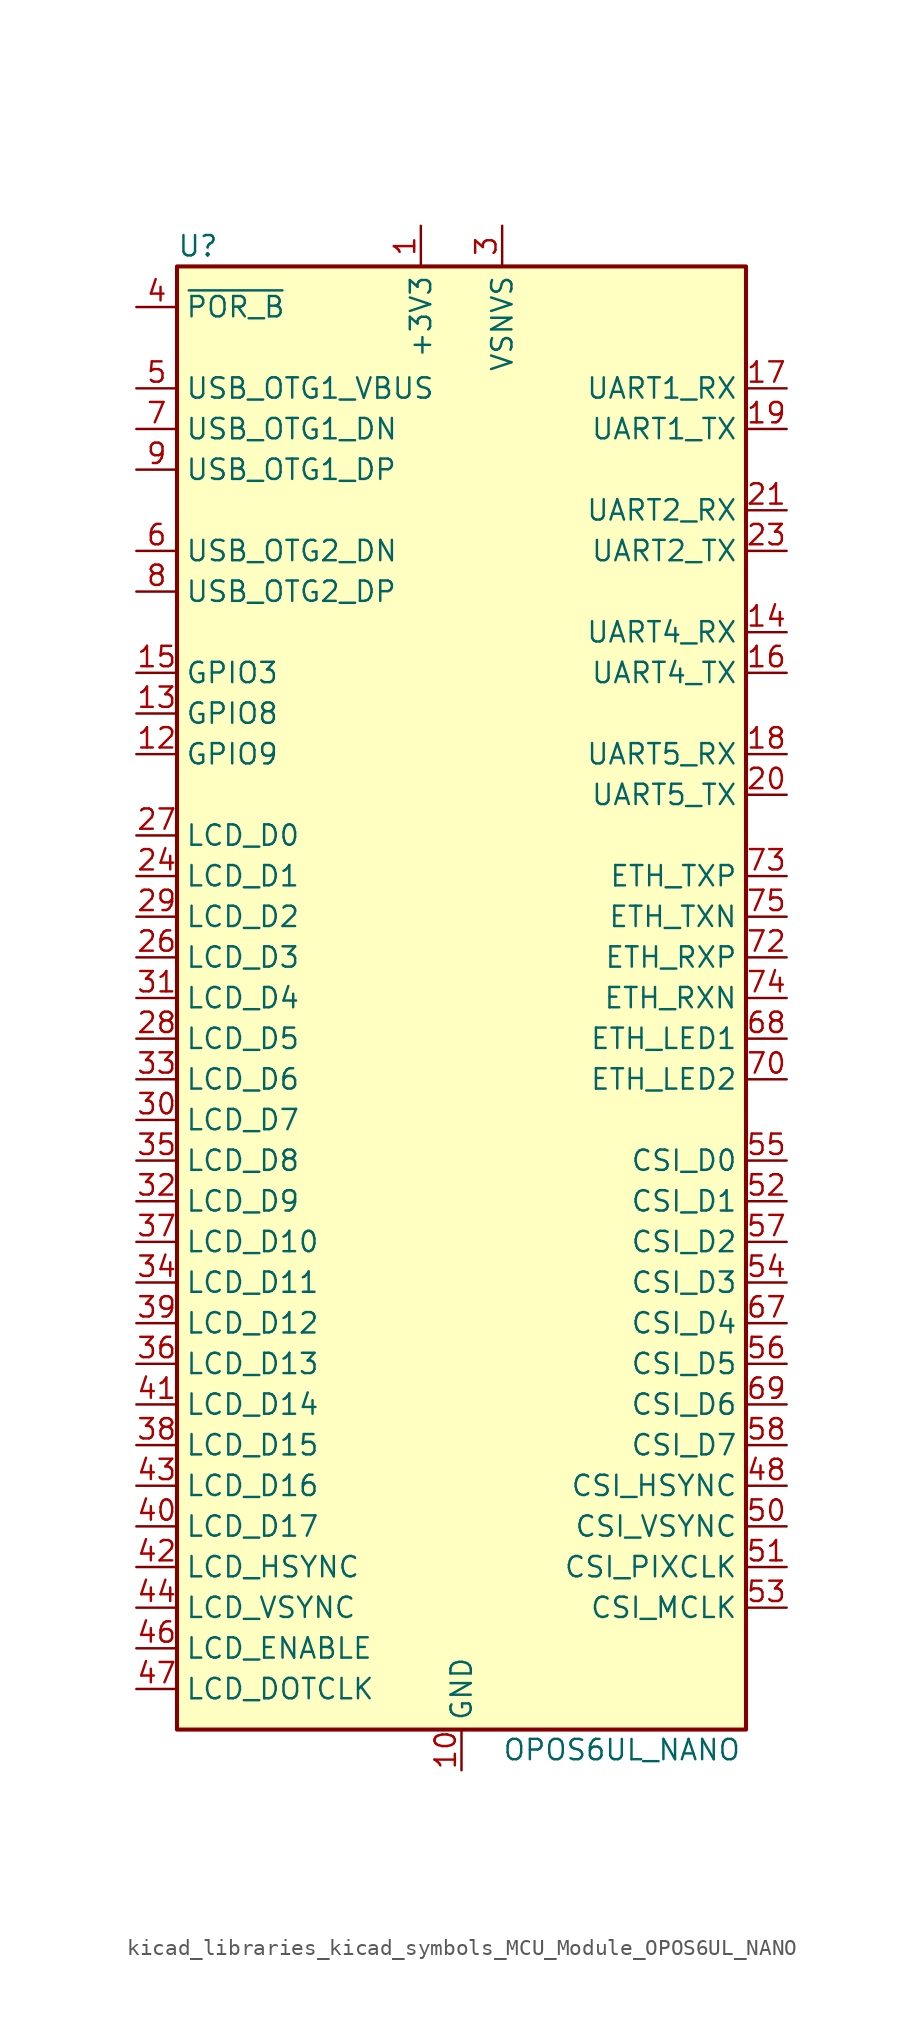
<source format=kicad_sym>
(kicad_symbol_lib
  (version 20220914)
  (generator kicad_symbol_editor)
  (symbol "kicad_libraries_kicad_symbols_MCU_Module_OPOS6UL_NANO"
    (property "Reference" "U"
      (at -17.78 46.99 0)
      (effects (font (size 1.27 1.27)) (justify left)))
    (property "Value" "OPOS6UL_NANO"
      (at 2.54 -46.99 0)
      (effects (font (size 1.27 1.27)) (justify left)))
    (symbol "kicad_libraries_kicad_symbols_MCU_Module_OPOS6UL_NANO_0_1"
      (rectangle (start -17.78 45.72) (end 17.78 -45.72) (stroke (width 0.254) (type default)) (fill (type background))))
    (symbol "kicad_libraries_kicad_symbols_MCU_Module_OPOS6UL_NANO_1_1"
      (pin power_in line (at -2.54 48.26 270) (length 2.54) (name "+3V3" (effects (font (size 1.27 1.27)))) (number "1" (effects (font (size 1.27 1.27)))))
      (pin power_in line (at 0 -48.26 90) (length 2.54) (name "GND" (effects (font (size 1.27 1.27)))) (number "10" (effects (font (size 1.27 1.27)))))
      (pin passive line (at 0 -48.26 90) (length 2.54) hide (name "GND" (effects (font (size 1.27 1.27)))) (number "11" (effects (font (size 1.27 1.27)))))
      (pin bidirectional line (at -20.32 15.24 0) (length 2.54) (name "GPIO9" (effects (font (size 1.27 1.27)))) (number "12" (effects (font (size 1.27 1.27)))))
      (pin bidirectional line (at -20.32 17.78 0) (length 2.54) (name "GPIO8" (effects (font (size 1.27 1.27)))) (number "13" (effects (font (size 1.27 1.27)))))
      (pin bidirectional line (at 20.32 22.86 180) (length 2.54) (name "UART4_RX" (effects (font (size 1.27 1.27)))) (number "14" (effects (font (size 1.27 1.27)))))
      (pin bidirectional line (at -20.32 20.32 0) (length 2.54) (name "GPIO3" (effects (font (size 1.27 1.27)))) (number "15" (effects (font (size 1.27 1.27)))))
      (pin bidirectional line (at 20.32 20.32 180) (length 2.54) (name "UART4_TX" (effects (font (size 1.27 1.27)))) (number "16" (effects (font (size 1.27 1.27)))))
      (pin bidirectional line (at 20.32 38.1 180) (length 2.54) (name "UART1_RX" (effects (font (size 1.27 1.27)))) (number "17" (effects (font (size 1.27 1.27)))))
      (pin bidirectional line (at 20.32 15.24 180) (length 2.54) (name "UART5_RX" (effects (font (size 1.27 1.27)))) (number "18" (effects (font (size 1.27 1.27)))))
      (pin bidirectional line (at 20.32 35.56 180) (length 2.54) (name "UART1_TX" (effects (font (size 1.27 1.27)))) (number "19" (effects (font (size 1.27 1.27)))))
      (pin passive line (at -2.54 48.26 270) (length 2.54) hide (name "+3V3" (effects (font (size 1.27 1.27)))) (number "2" (effects (font (size 1.27 1.27)))))
      (pin bidirectional line (at 20.32 12.7 180) (length 2.54) (name "UART5_TX" (effects (font (size 1.27 1.27)))) (number "20" (effects (font (size 1.27 1.27)))))
      (pin bidirectional line (at 20.32 30.48 180) (length 2.54) (name "UART2_RX" (effects (font (size 1.27 1.27)))) (number "21" (effects (font (size 1.27 1.27)))))
      (pin passive line (at 0 -48.26 90) (length 2.54) hide (name "GND" (effects (font (size 1.27 1.27)))) (number "22" (effects (font (size 1.27 1.27)))))
      (pin bidirectional line (at 20.32 27.94 180) (length 2.54) (name "UART2_TX" (effects (font (size 1.27 1.27)))) (number "23" (effects (font (size 1.27 1.27)))))
      (pin bidirectional line (at -20.32 7.62 0) (length 2.54) (name "LCD_D1" (effects (font (size 1.27 1.27)))) (number "24" (effects (font (size 1.27 1.27)))))
      (pin passive line (at 0 -48.26 90) (length 2.54) hide (name "GND" (effects (font (size 1.27 1.27)))) (number "25" (effects (font (size 1.27 1.27)))))
      (pin bidirectional line (at -20.32 2.54 0) (length 2.54) (name "LCD_D3" (effects (font (size 1.27 1.27)))) (number "26" (effects (font (size 1.27 1.27)))))
      (pin bidirectional line (at -20.32 10.16 0) (length 2.54) (name "LCD_D0" (effects (font (size 1.27 1.27)))) (number "27" (effects (font (size 1.27 1.27)))))
      (pin bidirectional line (at -20.32 -2.54 0) (length 2.54) (name "LCD_D5" (effects (font (size 1.27 1.27)))) (number "28" (effects (font (size 1.27 1.27)))))
      (pin bidirectional line (at -20.32 5.08 0) (length 2.54) (name "LCD_D2" (effects (font (size 1.27 1.27)))) (number "29" (effects (font (size 1.27 1.27)))))
      (pin power_in line (at 2.54 48.26 270) (length 2.54) (name "VSNVS" (effects (font (size 1.27 1.27)))) (number "3" (effects (font (size 1.27 1.27)))))
      (pin bidirectional line (at -20.32 -7.62 0) (length 2.54) (name "LCD_D7" (effects (font (size 1.27 1.27)))) (number "30" (effects (font (size 1.27 1.27)))))
      (pin bidirectional line (at -20.32 0 0) (length 2.54) (name "LCD_D4" (effects (font (size 1.27 1.27)))) (number "31" (effects (font (size 1.27 1.27)))))
      (pin bidirectional line (at -20.32 -12.7 0) (length 2.54) (name "LCD_D9" (effects (font (size 1.27 1.27)))) (number "32" (effects (font (size 1.27 1.27)))))
      (pin bidirectional line (at -20.32 -5.08 0) (length 2.54) (name "LCD_D6" (effects (font (size 1.27 1.27)))) (number "33" (effects (font (size 1.27 1.27)))))
      (pin bidirectional line (at -20.32 -17.78 0) (length 2.54) (name "LCD_D11" (effects (font (size 1.27 1.27)))) (number "34" (effects (font (size 1.27 1.27)))))
      (pin bidirectional line (at -20.32 -10.16 0) (length 2.54) (name "LCD_D8" (effects (font (size 1.27 1.27)))) (number "35" (effects (font (size 1.27 1.27)))))
      (pin bidirectional line (at -20.32 -22.86 0) (length 2.54) (name "LCD_D13" (effects (font (size 1.27 1.27)))) (number "36" (effects (font (size 1.27 1.27)))))
      (pin bidirectional line (at -20.32 -15.24 0) (length 2.54) (name "LCD_D10" (effects (font (size 1.27 1.27)))) (number "37" (effects (font (size 1.27 1.27)))))
      (pin bidirectional line (at -20.32 -27.94 0) (length 2.54) (name "LCD_D15" (effects (font (size 1.27 1.27)))) (number "38" (effects (font (size 1.27 1.27)))))
      (pin bidirectional line (at -20.32 -20.32 0) (length 2.54) (name "LCD_D12" (effects (font (size 1.27 1.27)))) (number "39" (effects (font (size 1.27 1.27)))))
      (pin input line (at -20.32 43.18 0) (length 2.54) (name "~{POR_B}" (effects (font (size 1.27 1.27)))) (number "4" (effects (font (size 1.27 1.27)))))
      (pin bidirectional line (at -20.32 -33.02 0) (length 2.54) (name "LCD_D17" (effects (font (size 1.27 1.27)))) (number "40" (effects (font (size 1.27 1.27)))))
      (pin bidirectional line (at -20.32 -25.4 0) (length 2.54) (name "LCD_D14" (effects (font (size 1.27 1.27)))) (number "41" (effects (font (size 1.27 1.27)))))
      (pin bidirectional line (at -20.32 -35.56 0) (length 2.54) (name "LCD_HSYNC" (effects (font (size 1.27 1.27)))) (number "42" (effects (font (size 1.27 1.27)))))
      (pin bidirectional line (at -20.32 -30.48 0) (length 2.54) (name "LCD_D16" (effects (font (size 1.27 1.27)))) (number "43" (effects (font (size 1.27 1.27)))))
      (pin bidirectional line (at -20.32 -38.1 0) (length 2.54) (name "LCD_VSYNC" (effects (font (size 1.27 1.27)))) (number "44" (effects (font (size 1.27 1.27)))))
      (pin passive line (at 0 -48.26 90) (length 2.54) hide (name "GND" (effects (font (size 1.27 1.27)))) (number "45" (effects (font (size 1.27 1.27)))))
      (pin bidirectional line (at -20.32 -40.64 0) (length 2.54) (name "LCD_ENABLE" (effects (font (size 1.27 1.27)))) (number "46" (effects (font (size 1.27 1.27)))))
      (pin bidirectional line (at -20.32 -43.18 0) (length 2.54) (name "LCD_DOTCLK" (effects (font (size 1.27 1.27)))) (number "47" (effects (font (size 1.27 1.27)))))
      (pin bidirectional line (at 20.32 -30.48 180) (length 2.54) (name "CSI_HSYNC" (effects (font (size 1.27 1.27)))) (number "48" (effects (font (size 1.27 1.27)))))
      (pin passive line (at 0 -48.26 90) (length 2.54) hide (name "GND" (effects (font (size 1.27 1.27)))) (number "49" (effects (font (size 1.27 1.27)))))
      (pin power_in line (at -20.32 38.1 0) (length 2.54) (name "USB_OTG1_VBUS" (effects (font (size 1.27 1.27)))) (number "5" (effects (font (size 1.27 1.27)))))
      (pin bidirectional line (at 20.32 -33.02 180) (length 2.54) (name "CSI_VSYNC" (effects (font (size 1.27 1.27)))) (number "50" (effects (font (size 1.27 1.27)))))
      (pin bidirectional line (at 20.32 -35.56 180) (length 2.54) (name "CSI_PIXCLK" (effects (font (size 1.27 1.27)))) (number "51" (effects (font (size 1.27 1.27)))))
      (pin bidirectional line (at 20.32 -12.7 180) (length 2.54) (name "CSI_D1" (effects (font (size 1.27 1.27)))) (number "52" (effects (font (size 1.27 1.27)))))
      (pin bidirectional line (at 20.32 -38.1 180) (length 2.54) (name "CSI_MCLK" (effects (font (size 1.27 1.27)))) (number "53" (effects (font (size 1.27 1.27)))))
      (pin bidirectional line (at 20.32 -17.78 180) (length 2.54) (name "CSI_D3" (effects (font (size 1.27 1.27)))) (number "54" (effects (font (size 1.27 1.27)))))
      (pin bidirectional line (at 20.32 -10.16 180) (length 2.54) (name "CSI_D0" (effects (font (size 1.27 1.27)))) (number "55" (effects (font (size 1.27 1.27)))))
      (pin bidirectional line (at 20.32 -22.86 180) (length 2.54) (name "CSI_D5" (effects (font (size 1.27 1.27)))) (number "56" (effects (font (size 1.27 1.27)))))
      (pin bidirectional line (at 20.32 -15.24 180) (length 2.54) (name "CSI_D2" (effects (font (size 1.27 1.27)))) (number "57" (effects (font (size 1.27 1.27)))))
      (pin bidirectional line (at 20.32 -27.94 180) (length 2.54) (name "CSI_D7" (effects (font (size 1.27 1.27)))) (number "58" (effects (font (size 1.27 1.27)))))
      (pin bidirectional line (at -20.32 27.94 0) (length 2.54) (name "USB_OTG2_DN" (effects (font (size 1.27 1.27)))) (number "6" (effects (font (size 1.27 1.27)))))
      (pin bidirectional line (at 20.32 -20.32 180) (length 2.54) (name "CSI_D4" (effects (font (size 1.27 1.27)))) (number "67" (effects (font (size 1.27 1.27)))))
      (pin output line (at 20.32 -2.54 180) (length 2.54) (name "ETH_LED1" (effects (font (size 1.27 1.27)))) (number "68" (effects (font (size 1.27 1.27)))))
      (pin bidirectional line (at 20.32 -25.4 180) (length 2.54) (name "CSI_D6" (effects (font (size 1.27 1.27)))) (number "69" (effects (font (size 1.27 1.27)))))
      (pin bidirectional line (at -20.32 35.56 0) (length 2.54) (name "USB_OTG1_DN" (effects (font (size 1.27 1.27)))) (number "7" (effects (font (size 1.27 1.27)))))
      (pin output line (at 20.32 -5.08 180) (length 2.54) (name "ETH_LED2" (effects (font (size 1.27 1.27)))) (number "70" (effects (font (size 1.27 1.27)))))
      (pin passive line (at 0 -48.26 90) (length 2.54) hide (name "GND" (effects (font (size 1.27 1.27)))) (number "71" (effects (font (size 1.27 1.27)))))
      (pin input line (at 20.32 2.54 180) (length 2.54) (name "ETH_RXP" (effects (font (size 1.27 1.27)))) (number "72" (effects (font (size 1.27 1.27)))))
      (pin output line (at 20.32 7.62 180) (length 2.54) (name "ETH_TXP" (effects (font (size 1.27 1.27)))) (number "73" (effects (font (size 1.27 1.27)))))
      (pin input line (at 20.32 0 180) (length 2.54) (name "ETH_RXN" (effects (font (size 1.27 1.27)))) (number "74" (effects (font (size 1.27 1.27)))))
      (pin output line (at 20.32 5.08 180) (length 2.54) (name "ETH_TXN" (effects (font (size 1.27 1.27)))) (number "75" (effects (font (size 1.27 1.27)))))
      (pin bidirectional line (at -20.32 25.4 0) (length 2.54) (name "USB_OTG2_DP" (effects (font (size 1.27 1.27)))) (number "8" (effects (font (size 1.27 1.27)))))
      (pin bidirectional line (at -20.32 33.02 0) (length 2.54) (name "USB_OTG1_DP" (effects (font (size 1.27 1.27)))) (number "9" (effects (font (size 1.27 1.27))))))))
</source>
